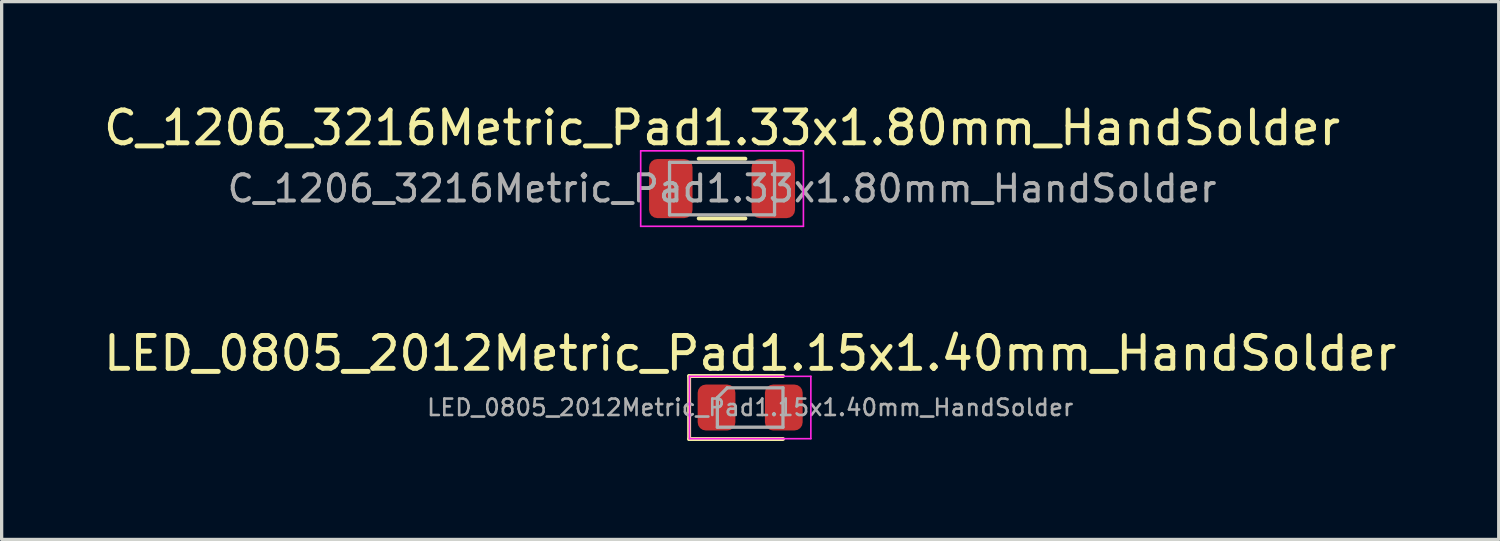
<source format=kicad_pcb>
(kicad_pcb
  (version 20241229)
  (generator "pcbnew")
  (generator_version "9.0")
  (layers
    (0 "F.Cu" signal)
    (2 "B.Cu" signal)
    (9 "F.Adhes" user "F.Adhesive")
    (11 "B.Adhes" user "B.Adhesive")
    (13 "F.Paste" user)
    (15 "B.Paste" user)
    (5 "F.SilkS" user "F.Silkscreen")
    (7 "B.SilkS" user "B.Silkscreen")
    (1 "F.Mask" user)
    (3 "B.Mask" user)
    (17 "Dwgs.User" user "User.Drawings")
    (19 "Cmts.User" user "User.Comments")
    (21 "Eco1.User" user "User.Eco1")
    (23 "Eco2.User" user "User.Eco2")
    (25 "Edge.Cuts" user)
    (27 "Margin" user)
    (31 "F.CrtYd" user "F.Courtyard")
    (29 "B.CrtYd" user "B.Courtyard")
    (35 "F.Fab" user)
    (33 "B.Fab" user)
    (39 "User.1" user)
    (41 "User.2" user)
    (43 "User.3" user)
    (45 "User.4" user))
  (footprint "LED_0805_2012Metric_Pad1.15x1.40mm_HandSolder"
    (layer "F.Cu")
    (at 19.815 9.371)
    (property "Reference" "LED_0805_2012Metric_Pad1.15x1.40mm_HandSolder" (at 0 -1.65 180) (layer "F.SilkS") (effects (font (size 1 1) (thickness 0.15))))
    (attr smd)
    (fp_line (start -1.86 -0.96) (end -1.86 0.96) (stroke (width 0.12) (type solid)) (layer "F.SilkS"))
    (fp_line (start -1.86 0.96) (end 1 0.96) (stroke (width 0.12) (type solid)) (layer "F.SilkS"))
    (fp_line (start 1 -0.96) (end -1.86 -0.96) (stroke (width 0.12) (type solid)) (layer "F.SilkS"))
    (fp_line (start -1.85 -0.95) (end 1.85 -0.95) (stroke (width 0.05) (type solid)) (layer "F.CrtYd"))
    (fp_line (start -1.85 0.95) (end -1.85 -0.95) (stroke (width 0.05) (type solid)) (layer "F.CrtYd"))
    (fp_line (start 1.85 -0.95) (end 1.85 0.95) (stroke (width 0.05) (type solid)) (layer "F.CrtYd"))
    (fp_line (start 1.85 0.95) (end -1.85 0.95) (stroke (width 0.05) (type solid)) (layer "F.CrtYd"))
    (fp_line (start -1 -0.3) (end -1 0.6) (stroke (width 0.1) (type solid)) (layer "F.Fab"))
    (fp_line (start -1 0.6) (end 1 0.6) (stroke (width 0.1) (type solid)) (layer "F.Fab"))
    (fp_line (start -0.7 -0.6) (end -1 -0.3) (stroke (width 0.1) (type solid)) (layer "F.Fab"))
    (fp_line (start 1 -0.6) (end -0.7 -0.6) (stroke (width 0.1) (type solid)) (layer "F.Fab"))
    (fp_line (start 1 0.6) (end 1 -0.6) (stroke (width 0.1) (type solid)) (layer "F.Fab"))
    (fp_text user "${REFERENCE}" (at 0 0 180) (layer "F.Fab") (effects (font (size 0.5 0.5) (thickness 0.08))))
    (pad "1" smd roundrect (at -1.025 0) (size 1.15 1.4) (layers "F.Cu" "F.Mask" "F.Paste") (roundrect_rratio 0.217))
    (pad "2" smd roundrect (at 1.025 0) (size 1.15 1.4) (layers "F.Cu" "F.Mask" "F.Paste") (roundrect_rratio 0.217)))
  (footprint "C_1206_3216Metric_Pad1.33x1.80mm_HandSolder"
    (layer "F.Cu")
    (at 18.958 2.698)
    (property "Reference" "C_1206_3216Metric_Pad1.33x1.80mm_HandSolder" (at 0 -1.85 180) (layer "F.SilkS") (effects (font (size 1 1) (thickness 0.15))))
    (attr smd)
    (fp_line (start -0.711 -0.91) (end 0.711 -0.91) (stroke (width 0.12) (type solid)) (layer "F.SilkS"))
    (fp_line (start -0.711 0.91) (end 0.711 0.91) (stroke (width 0.12) (type solid)) (layer "F.SilkS"))
    (fp_line (start -2.48 -1.15) (end 2.48 -1.15) (stroke (width 0.05) (type solid)) (layer "F.CrtYd"))
    (fp_line (start -2.48 1.15) (end -2.48 -1.15) (stroke (width 0.05) (type solid)) (layer "F.CrtYd"))
    (fp_line (start 2.48 -1.15) (end 2.48 1.15) (stroke (width 0.05) (type solid)) (layer "F.CrtYd"))
    (fp_line (start 2.48 1.15) (end -2.48 1.15) (stroke (width 0.05) (type solid)) (layer "F.CrtYd"))
    (fp_line (start -1.6 -0.8) (end 1.6 -0.8) (stroke (width 0.1) (type solid)) (layer "F.Fab"))
    (fp_line (start -1.6 0.8) (end -1.6 -0.8) (stroke (width 0.1) (type solid)) (layer "F.Fab"))
    (fp_line (start 1.6 -0.8) (end 1.6 0.8) (stroke (width 0.1) (type solid)) (layer "F.Fab"))
    (fp_line (start 1.6 0.8) (end -1.6 0.8) (stroke (width 0.1) (type solid)) (layer "F.Fab"))
    (fp_text user "${REFERENCE}" (at 0 0 180) (layer "F.Fab") (effects (font (size 0.8 0.8) (thickness 0.12))))
    (pad "1" smd roundrect (at -1.562 0) (size 1.325 1.8) (layers "F.Cu" "F.Mask" "F.Paste") (roundrect_rratio 0.189))
    (pad "2" smd roundrect (at 1.562 0) (size 1.325 1.8) (layers "F.Cu" "F.Mask" "F.Paste") (roundrect_rratio 0.189)))
  (gr_rect
    (start -3 -3)
    (end 42.631 13.392)
    (stroke (width 0.1) (type default))
    (fill no)
    (layer "Edge.Cuts")))
</source>
